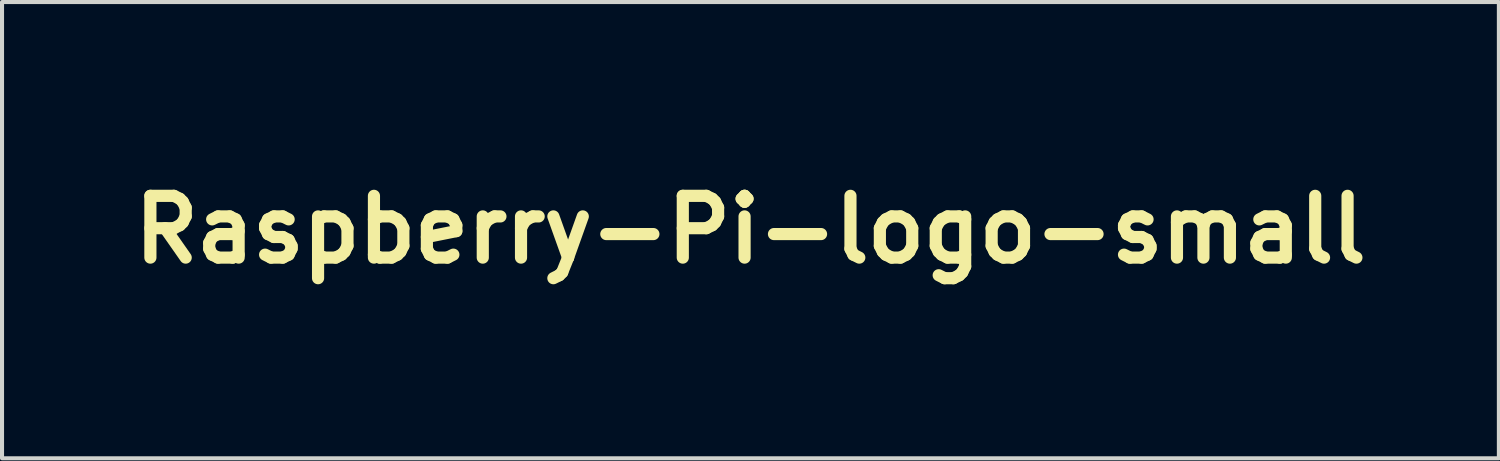
<source format=kicad_pcb>
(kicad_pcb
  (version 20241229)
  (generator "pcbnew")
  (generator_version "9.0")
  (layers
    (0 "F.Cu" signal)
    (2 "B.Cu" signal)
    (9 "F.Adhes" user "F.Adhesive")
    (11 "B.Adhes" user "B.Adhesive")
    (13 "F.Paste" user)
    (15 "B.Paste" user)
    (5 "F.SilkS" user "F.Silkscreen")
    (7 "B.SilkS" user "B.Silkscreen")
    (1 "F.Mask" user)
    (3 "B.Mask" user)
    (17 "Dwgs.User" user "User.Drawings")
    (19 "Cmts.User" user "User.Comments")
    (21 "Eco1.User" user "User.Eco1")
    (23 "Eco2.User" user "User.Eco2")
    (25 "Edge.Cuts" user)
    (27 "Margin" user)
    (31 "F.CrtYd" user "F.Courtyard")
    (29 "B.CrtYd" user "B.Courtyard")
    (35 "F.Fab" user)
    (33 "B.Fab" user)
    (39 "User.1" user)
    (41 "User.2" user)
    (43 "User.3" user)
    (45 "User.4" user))
  (footprint "Raspberry-Pi-logo-small"
    (layer "F.Cu")
    (at 15.465 2.616)
    (property "Reference" "Raspberry-Pi-logo-small" (at 0 0 0) (layer "F.SilkS") (effects (font (size 1.524 1.524) (thickness 0.3))))
    (attr board_only exclude_from_pos_files exclude_from_bom)
    (fp_poly (pts (xy 7.535 0.693) (xy 7.244 0.693) (xy 7.244 -0.335) (xy 7.535 -0.335)) (stroke (width 0) (type solid)) (fill yes) (layer "F.Mask"))
    (fp_poly (pts (xy 7.524 -0.794) (xy 7.524 -0.593) (xy 7.384 -0.586) (xy 7.244 -0.579) (xy 7.244 -0.807)) (stroke (width 0) (type solid)) (fill yes) (layer "F.Mask"))
    (fp_poly (pts (xy 0.783 -1.833) (xy 0.402 -1.833) (xy 0.402 -1.655) (xy 0.715 -1.655) (xy 0.715 -1.52) (xy 0.402 -1.52) (xy 0.402 -1.297) (xy 0.593 -1.297) (xy 0.685 -1.296) (xy 0.741 -1.293) (xy 0.77 -1.284) (xy 0.781 -1.268) (xy 0.783 -1.241) (xy 0.783 -1.185) (xy 0.223 -1.185) (xy 0.229 -1.571) (xy 0.235 -1.956) (xy 0.509 -1.963) (xy 0.783 -1.969)) (stroke (width 0) (type solid)) (fill yes) (layer "F.Mask"))
    (fp_poly (pts (xy -0.581 -1.835) (xy -0.766 -1.829) (xy -0.95 -1.822) (xy -0.957 -1.738) (xy -0.964 -1.655) (xy -0.626 -1.655) (xy -0.626 -1.522) (xy -0.788 -1.516) (xy -0.95 -1.509) (xy -0.95 -1.308) (xy -0.766 -1.302) (xy -0.675 -1.298) (xy -0.621 -1.292) (xy -0.593 -1.282) (xy -0.583 -1.263) (xy -0.581 -1.24) (xy -0.581 -1.185) (xy -1.118 -1.185) (xy -1.118 -1.968) (xy -0.581 -1.968)) (stroke (width 0) (type solid)) (fill yes) (layer "F.Mask"))
    (fp_poly (pts (xy 3.549 -0.354) (xy 3.632 -0.347) (xy 3.625 -0.235) (xy 3.619 -0.167) (xy 3.612 -0.119) (xy 3.608 -0.106) (xy 3.581 -0.095) (xy 3.527 -0.09) (xy 3.513 -0.089) (xy 3.458 -0.088) (xy 3.417 -0.079) (xy 3.388 -0.056) (xy 3.37 -0.014) (xy 3.359 0.054) (xy 3.353 0.153) (xy 3.349 0.289) (xy 3.349 0.324) (xy 3.343 0.682) (xy 3.192 0.689) (xy 3.041 0.695) (xy 3.041 -0.335) (xy 3.186 -0.335) (xy 3.264 -0.334) (xy 3.308 -0.329) (xy 3.327 -0.315) (xy 3.331 -0.289) (xy 3.332 -0.281) (xy 3.332 -0.227) (xy 3.398 -0.294) (xy 3.453 -0.339) (xy 3.506 -0.354)) (stroke (width 0) (type solid)) (fill yes) (layer "F.Mask"))
    (fp_poly (pts (xy 4.291 -0.354) (xy 4.312 -0.334) (xy 4.315 -0.293) (xy 4.311 -0.222) (xy 4.301 -0.159) (xy 4.287 -0.113) (xy 4.259 -0.093) (xy 4.206 -0.089) (xy 4.136 -0.08) (xy 4.077 -0.057) (xy 4.074 -0.055) (xy 4.056 -0.04) (xy 4.042 -0.02) (xy 4.034 0.011) (xy 4.028 0.061) (xy 4.026 0.138) (xy 4.025 0.247) (xy 4.025 0.337) (xy 4.025 0.693) (xy 3.734 0.693) (xy 3.734 -0.335) (xy 3.867 -0.335) (xy 3.943 -0.333) (xy 3.986 -0.324) (xy 4.007 -0.305) (xy 4.014 -0.29) (xy 4.025 -0.263) (xy 4.042 -0.261) (xy 4.077 -0.286) (xy 4.095 -0.301) (xy 4.18 -0.349) (xy 4.239 -0.358)) (stroke (width 0) (type solid)) (fill yes) (layer "F.Mask"))
    (fp_poly (pts (xy -3.275 -1.966) (xy -3.191 -1.961) (xy -3.134 -1.954) (xy -3.133 -1.954) (xy -3.048 -1.917) (xy -2.982 -1.851) (xy -2.943 -1.768) (xy -2.937 -1.679) (xy -2.955 -1.619) (xy -3.016 -1.537) (xy -3.105 -1.485) (xy -3.227 -1.459) (xy -3.242 -1.458) (xy -3.376 -1.448) (xy -3.376 -1.185) (xy -3.533 -1.185) (xy -3.533 -1.587) (xy -3.376 -1.587) (xy -3.285 -1.587) (xy -3.216 -1.593) (xy -3.159 -1.607) (xy -3.151 -1.611) (xy -3.117 -1.65) (xy -3.108 -1.71) (xy -3.12 -1.775) (xy -3.159 -1.814) (xy -3.232 -1.831) (xy -3.285 -1.833) (xy -3.376 -1.833) (xy -3.376 -1.587) (xy -3.533 -1.587) (xy -3.533 -1.968) (xy -3.368 -1.968)) (stroke (width 0) (type solid)) (fill yes) (layer "F.Mask"))
    (fp_poly (pts (xy 1.182 -1.956) (xy 1.299 -1.921) (xy 1.382 -1.859) (xy 1.435 -1.768) (xy 1.461 -1.645) (xy 1.464 -1.563) (xy 1.453 -1.426) (xy 1.418 -1.324) (xy 1.357 -1.252) (xy 1.264 -1.208) (xy 1.136 -1.188) (xy 1.056 -1.185) (xy 0.872 -1.185) (xy 0.872 -1.292) (xy 1.029 -1.292) (xy 1.112 -1.307) (xy 1.186 -1.333) (xy 1.246 -1.377) (xy 1.247 -1.377) (xy 1.276 -1.419) (xy 1.291 -1.469) (xy 1.297 -1.545) (xy 1.297 -1.579) (xy 1.294 -1.663) (xy 1.284 -1.717) (xy 1.262 -1.757) (xy 1.242 -1.779) (xy 1.168 -1.825) (xy 1.108 -1.833) (xy 1.029 -1.833) (xy 1.029 -1.292) (xy 0.872 -1.292) (xy 0.872 -1.968) (xy 1.028 -1.968)) (stroke (width 0) (type solid)) (fill yes) (layer "F.Mask"))
    (fp_poly (pts (xy 2.976 -1.712) (xy 2.919 -1.603) (xy 2.88 -1.523) (xy 2.857 -1.461) (xy 2.844 -1.408) (xy 2.84 -1.352) (xy 2.84 -1.321) (xy 2.84 -1.185) (xy 2.683 -1.185) (xy 2.683 -1.312) (xy 2.681 -1.37) (xy 2.671 -1.424) (xy 2.652 -1.483) (xy 2.618 -1.558) (xy 2.566 -1.66) (xy 2.549 -1.692) (xy 2.499 -1.788) (xy 2.457 -1.869) (xy 2.428 -1.927) (xy 2.415 -1.955) (xy 2.415 -1.956) (xy 2.435 -1.963) (xy 2.484 -1.967) (xy 2.502 -1.968) (xy 2.544 -1.966) (xy 2.575 -1.956) (xy 2.6 -1.931) (xy 2.629 -1.881) (xy 2.669 -1.799) (xy 2.671 -1.794) (xy 2.754 -1.621) (xy 2.842 -1.794) (xy 2.93 -1.968) (xy 3.112 -1.968)) (stroke (width 0) (type solid)) (fill yes) (layer "F.Mask"))
    (fp_poly (pts (xy 6.333 -0.693) (xy 6.476 -0.692) (xy 6.582 -0.689) (xy 6.659 -0.683) (xy 6.717 -0.674) (xy 6.761 -0.661) (xy 6.786 -0.651) (xy 6.889 -0.586) (xy 6.973 -0.5) (xy 7.019 -0.418) (xy 7.04 -0.319) (xy 7.04 -0.204) (xy 7.019 -0.096) (xy 7.001 -0.049) (xy 6.943 0.042) (xy 6.87 0.108) (xy 6.775 0.154) (xy 6.652 0.182) (xy 6.492 0.197) (xy 6.49 0.197) (xy 6.261 0.207) (xy 6.261 0.693) (xy 5.97 0.693) (xy 5.97 -0.022) (xy 6.261 -0.022) (xy 6.407 -0.022) (xy 6.497 -0.027) (xy 6.581 -0.04) (xy 6.628 -0.054) (xy 6.701 -0.099) (xy 6.74 -0.165) (xy 6.752 -0.26) (xy 6.752 -0.261) (xy 6.74 -0.347) (xy 6.703 -0.407) (xy 6.635 -0.446) (xy 6.534 -0.465) (xy 6.43 -0.47) (xy 6.261 -0.47) (xy 6.261 -0.022) (xy 5.97 -0.022) (xy 5.97 -0.693)) (stroke (width 0) (type solid)) (fill yes) (layer "F.Mask"))
    (fp_poly (pts (xy -0.199 -1.965) (xy -0.105 -1.954) (xy -0.037 -1.934) (xy 0.016 -1.902) (xy 0.033 -1.888) (xy 0.074 -1.825) (xy 0.092 -1.745) (xy 0.084 -1.666) (xy 0.051 -1.604) (xy 0.047 -1.6) (xy 0.017 -1.57) (xy 0.021 -1.546) (xy 0.045 -1.52) (xy 0.077 -1.47) (xy 0.099 -1.402) (xy 0.1 -1.393) (xy 0.112 -1.318) (xy 0.123 -1.251) (xy 0.123 -1.247) (xy 0.126 -1.207) (xy 0.11 -1.189) (xy 0.063 -1.185) (xy 0.047 -1.185) (xy -0.013 -1.191) (xy -0.048 -1.215) (xy -0.064 -1.266) (xy -0.067 -1.342) (xy -0.084 -1.423) (xy -0.135 -1.475) (xy -0.218 -1.497) (xy -0.24 -1.498) (xy -0.313 -1.498) (xy -0.313 -1.185) (xy -0.492 -1.185) (xy -0.492 -1.722) (xy -0.313 -1.722) (xy -0.312 -1.655) (xy -0.303 -1.623) (xy -0.279 -1.611) (xy -0.24 -1.61) (xy -0.172 -1.621) (xy -0.117 -1.645) (xy -0.074 -1.694) (xy -0.069 -1.745) (xy -0.098 -1.791) (xy -0.156 -1.823) (xy -0.225 -1.833) (xy -0.313 -1.833) (xy -0.313 -1.722) (xy -0.492 -1.722) (xy -0.492 -1.968) (xy -0.327 -1.968)) (stroke (width 0) (type solid)) (fill yes) (layer "F.Mask"))
    (fp_poly (pts (xy -2.443 -1.954) (xy -2.386 -1.945) (xy -2.344 -1.926) (xy -2.313 -1.901) (xy -2.245 -1.816) (xy -2.205 -1.711) (xy -2.191 -1.576) (xy -2.191 -1.56) (xy -2.207 -1.417) (xy -2.255 -1.304) (xy -2.332 -1.222) (xy -2.412 -1.185) (xy -2.513 -1.169) (xy -2.614 -1.177) (xy -2.68 -1.2) (xy -2.768 -1.268) (xy -2.826 -1.371) (xy -2.851 -1.476) (xy -2.852 -1.5) (xy -2.683 -1.5) (xy -2.68 -1.441) (xy -2.669 -1.403) (xy -2.648 -1.372) (xy -2.631 -1.354) (xy -2.561 -1.306) (xy -2.491 -1.303) (xy -2.422 -1.345) (xy -2.422 -1.345) (xy -2.395 -1.376) (xy -2.379 -1.414) (xy -2.372 -1.471) (xy -2.37 -1.56) (xy -2.37 -1.564) (xy -2.376 -1.683) (xy -2.395 -1.763) (xy -2.429 -1.811) (xy -2.483 -1.832) (xy -2.512 -1.833) (xy -2.583 -1.827) (xy -2.63 -1.801) (xy -2.659 -1.751) (xy -2.674 -1.668) (xy -2.68 -1.591) (xy -2.683 -1.5) (xy -2.852 -1.5) (xy -2.857 -1.634) (xy -2.828 -1.767) (xy -2.764 -1.872) (xy -2.76 -1.876) (xy -2.719 -1.918) (xy -2.683 -1.942) (xy -2.637 -1.953) (xy -2.566 -1.956) (xy -2.53 -1.956)) (stroke (width 0) (type solid)) (fill yes) (layer "F.Mask"))
    (fp_poly (pts (xy 2.029 -1.968) (xy 2.176 -1.957) (xy 2.286 -1.926) (xy 2.362 -1.871) (xy 2.39 -1.832) (xy 2.41 -1.754) (xy 2.393 -1.674) (xy 2.36 -1.625) (xy 2.342 -1.599) (xy 2.353 -1.572) (xy 2.382 -1.542) (xy 2.428 -1.471) (xy 2.438 -1.386) (xy 2.412 -1.301) (xy 2.383 -1.259) (xy 2.357 -1.231) (xy 2.329 -1.212) (xy 2.29 -1.201) (xy 2.229 -1.194) (xy 2.138 -1.19) (xy 2.093 -1.189) (xy 1.856 -1.181) (xy 1.856 -1.424) (xy 2.012 -1.424) (xy 2.016 -1.36) (xy 2.025 -1.317) (xy 2.029 -1.31) (xy 2.062 -1.302) (xy 2.119 -1.305) (xy 2.183 -1.318) (xy 2.236 -1.336) (xy 2.252 -1.345) (xy 2.277 -1.387) (xy 2.281 -1.41) (xy 2.261 -1.468) (xy 2.205 -1.506) (xy 2.116 -1.52) (xy 2.111 -1.52) (xy 2.012 -1.52) (xy 2.012 -1.424) (xy 1.856 -1.424) (xy 1.856 -1.733) (xy 2.012 -1.733) (xy 2.014 -1.671) (xy 2.025 -1.642) (xy 2.054 -1.633) (xy 2.081 -1.632) (xy 2.146 -1.64) (xy 2.193 -1.655) (xy 2.227 -1.696) (xy 2.234 -1.752) (xy 2.212 -1.804) (xy 2.209 -1.807) (xy 2.17 -1.824) (xy 2.109 -1.833) (xy 2.097 -1.833) (xy 2.012 -1.833) (xy 2.012 -1.733) (xy 1.856 -1.733) (xy 1.856 -1.968)) (stroke (width 0) (type solid)) (fill yes) (layer "F.Mask"))
    (fp_poly (pts (xy 0.359 -0.353) (xy 0.487 -0.326) (xy 0.588 -0.264) (xy 0.662 -0.168) (xy 0.711 -0.035) (xy 0.734 0.134) (xy 0.734 0.146) (xy 0.73 0.324) (xy 0.698 0.467) (xy 0.638 0.579) (xy 0.55 0.661) (xy 0.513 0.683) (xy 0.422 0.71) (xy 0.315 0.713) (xy 0.213 0.694) (xy 0.162 0.671) (xy 0.089 0.627) (xy 0.089 1.096) (xy -0.201 1.096) (xy -0.201 0.178) (xy 0.089 0.178) (xy 0.09 0.286) (xy 0.093 0.359) (xy 0.1 0.405) (xy 0.113 0.433) (xy 0.132 0.452) (xy 0.139 0.457) (xy 0.214 0.487) (xy 0.301 0.489) (xy 0.346 0.478) (xy 0.394 0.436) (xy 0.428 0.356) (xy 0.445 0.243) (xy 0.447 0.183) (xy 0.444 0.088) (xy 0.431 0.022) (xy 0.405 -0.034) (xy 0.396 -0.047) (xy 0.331 -0.109) (xy 0.252 -0.133) (xy 0.169 -0.116) (xy 0.144 -0.102) (xy 0.12 -0.084) (xy 0.104 -0.061) (xy 0.095 -0.025) (xy 0.091 0.034) (xy 0.09 0.124) (xy 0.089 0.178) (xy -0.201 0.178) (xy -0.201 -0.335) (xy -0.067 -0.335) (xy 0.008 -0.334) (xy 0.048 -0.326) (xy 0.065 -0.31) (xy 0.067 -0.291) (xy 0.07 -0.266) (xy 0.085 -0.264) (xy 0.122 -0.285) (xy 0.151 -0.305) (xy 0.21 -0.339) (xy 0.267 -0.354) (xy 0.343 -0.354)) (stroke (width 0) (type solid)) (fill yes) (layer "F.Mask"))
    (fp_poly (pts (xy -3.181 -0.693) (xy -3.017 -0.69) (xy -2.891 -0.683) (xy -2.795 -0.669) (xy -2.721 -0.645) (xy -2.662 -0.611) (xy -2.61 -0.564) (xy -2.587 -0.538) (xy -2.536 -0.465) (xy -2.51 -0.389) (xy -2.506 -0.295) (xy -2.51 -0.241) (xy -2.523 -0.163) (xy -2.55 -0.107) (xy -2.603 -0.051) (xy -2.606 -0.048) (xy -2.656 0.004) (xy -2.669 0.033) (xy -2.661 0.041) (xy -2.59 0.087) (xy -2.535 0.17) (xy -2.498 0.283) (xy -2.482 0.419) (xy -2.482 0.443) (xy -2.475 0.525) (xy -2.459 0.6) (xy -2.448 0.627) (xy -2.414 0.693) (xy -2.57 0.693) (xy -2.66 0.69) (xy -2.719 0.675) (xy -2.753 0.641) (xy -2.768 0.58) (xy -2.772 0.483) (xy -2.773 0.459) (xy -2.782 0.336) (xy -2.809 0.243) (xy -2.851 0.184) (xy -2.874 0.17) (xy -2.913 0.164) (xy -2.983 0.159) (xy -3.068 0.157) (xy -3.076 0.157) (xy -3.242 0.157) (xy -3.242 0.693) (xy -3.533 0.693) (xy -3.533 -0.089) (xy -3.242 -0.089) (xy -3.067 -0.089) (xy -2.973 -0.091) (xy -2.911 -0.099) (xy -2.87 -0.115) (xy -2.844 -0.135) (xy -2.803 -0.201) (xy -2.793 -0.282) (xy -2.814 -0.363) (xy -2.85 -0.415) (xy -2.884 -0.443) (xy -2.922 -0.46) (xy -2.978 -0.468) (xy -3.065 -0.47) (xy -3.073 -0.47) (xy -3.242 -0.47) (xy -3.242 -0.089) (xy -3.533 -0.089) (xy -3.533 -0.693)) (stroke (width 0) (type solid)) (fill yes) (layer "F.Mask"))
    (fp_poly (pts (xy -1.228 -1.961) (xy -1.208 -1.938) (xy -1.207 -1.928) (xy -1.212 -1.894) (xy -1.226 -1.825) (xy -1.246 -1.728) (xy -1.272 -1.614) (xy -1.29 -1.537) (xy -1.373 -1.185) (xy -1.452 -1.185) (xy -1.532 -1.185) (xy -1.596 -1.421) (xy -1.622 -1.515) (xy -1.645 -1.589) (xy -1.662 -1.636) (xy -1.67 -1.647) (xy -1.68 -1.622) (xy -1.698 -1.564) (xy -1.722 -1.482) (xy -1.74 -1.417) (xy -1.801 -1.196) (xy -1.884 -1.189) (xy -1.938 -1.188) (xy -1.966 -1.192) (xy -1.968 -1.194) (xy -1.972 -1.22) (xy -1.986 -1.279) (xy -2.005 -1.365) (xy -2.028 -1.467) (xy -2.054 -1.577) (xy -2.079 -1.686) (xy -2.103 -1.785) (xy -2.122 -1.865) (xy -2.135 -1.917) (xy -2.138 -1.93) (xy -2.14 -1.956) (xy -2.118 -1.965) (xy -2.065 -1.963) (xy -1.979 -1.956) (xy -1.931 -1.726) (xy -1.91 -1.63) (xy -1.892 -1.552) (xy -1.879 -1.5) (xy -1.873 -1.485) (xy -1.863 -1.501) (xy -1.845 -1.552) (xy -1.822 -1.63) (xy -1.797 -1.716) (xy -1.769 -1.82) (xy -1.747 -1.889) (xy -1.729 -1.93) (xy -1.71 -1.949) (xy -1.687 -1.956) (xy -1.668 -1.956) (xy -1.64 -1.955) (xy -1.619 -1.944) (xy -1.601 -1.918) (xy -1.581 -1.869) (xy -1.557 -1.788) (xy -1.536 -1.712) (xy -1.507 -1.608) (xy -1.484 -1.541) (xy -1.467 -1.514) (xy -1.451 -1.527) (xy -1.434 -1.582) (xy -1.412 -1.678) (xy -1.396 -1.761) (xy -1.354 -1.968) (xy -1.281 -1.968)) (stroke (width 0) (type solid)) (fill yes) (layer "F.Mask"))
    (fp_poly (pts (xy 4.751 -0.034) (xy 4.783 0.073) (xy 4.811 0.162) (xy 4.834 0.226) (xy 4.849 0.256) (xy 4.852 0.257) (xy 4.863 0.234) (xy 4.884 0.175) (xy 4.912 0.09) (xy 4.943 -0.014) (xy 4.952 -0.044) (xy 5.038 -0.335) (xy 5.193 -0.335) (xy 5.279 -0.333) (xy 5.326 -0.325) (xy 5.34 -0.311) (xy 5.339 -0.307) (xy 5.329 -0.28) (xy 5.307 -0.216) (xy 5.274 -0.12) (xy 5.231 0.000189) (xy 5.183 0.14) (xy 5.129 0.295) (xy 5.12 0.32) (xy 5.056 0.503) (xy 5.003 0.648) (xy 4.961 0.761) (xy 4.925 0.848) (xy 4.895 0.912) (xy 4.868 0.961) (xy 4.841 0.998) (xy 4.83 1.012) (xy 4.78 1.064) (xy 4.737 1.092) (xy 4.682 1.105) (xy 4.616 1.11) (xy 4.54 1.112) (xy 4.481 1.109) (xy 4.457 1.105) (xy 4.439 1.076) (xy 4.439 1.055) (xy 4.457 0.972) (xy 4.471 0.924) (xy 4.487 0.901) (xy 4.509 0.895) (xy 4.518 0.894) (xy 4.6 0.874) (xy 4.663 0.814) (xy 4.686 0.771) (xy 4.695 0.745) (xy 4.7 0.719) (xy 4.698 0.686) (xy 4.689 0.64) (xy 4.671 0.576) (xy 4.642 0.488) (xy 4.6 0.37) (xy 4.546 0.216) (xy 4.539 0.197) (xy 4.488 0.056) (xy 4.444 -0.071) (xy 4.406 -0.178) (xy 4.379 -0.259) (xy 4.363 -0.307) (xy 4.36 -0.319) (xy 4.38 -0.327) (xy 4.434 -0.333) (xy 4.51 -0.335) (xy 4.512 -0.335) (xy 4.664 -0.335)) (stroke (width 0) (type solid)) (fill yes) (layer "F.Mask"))
    (fp_poly (pts (xy -0.657 -0.342) (xy -0.538 -0.297) (xy -0.45 -0.224) (xy -0.397 -0.125) (xy -0.388 -0.089) (xy -0.375 -0.022) (xy -0.523 -0.022) (xy -0.606 -0.025) (xy -0.653 -0.033) (xy -0.67 -0.049) (xy -0.671 -0.054) (xy -0.69 -0.106) (xy -0.737 -0.141) (xy -0.8 -0.156) (xy -0.865 -0.149) (xy -0.917 -0.117) (xy -0.928 -0.104) (xy -0.951 -0.046) (xy -0.936 0.000325) (xy -0.882 0.038) (xy -0.785 0.07) (xy -0.739 0.08) (xy -0.59 0.123) (xy -0.481 0.186) (xy -0.411 0.269) (xy -0.381 0.373) (xy -0.38 0.402) (xy -0.397 0.51) (xy -0.45 0.594) (xy -0.543 0.661) (xy -0.568 0.673) (xy -0.668 0.703) (xy -0.786 0.715) (xy -0.907 0.71) (xy -1.013 0.688) (xy -1.054 0.671) (xy -1.141 0.61) (xy -1.208 0.536) (xy -1.247 0.46) (xy -1.252 0.423) (xy -1.25 0.386) (xy -1.236 0.366) (xy -1.2 0.359) (xy -1.129 0.358) (xy -1.129 0.358) (xy -1.056 0.36) (xy -1.015 0.37) (xy -0.993 0.392) (xy -0.984 0.412) (xy -0.938 0.476) (xy -0.86 0.509) (xy -0.799 0.514) (xy -0.732 0.5) (xy -0.677 0.466) (xy -0.649 0.42) (xy -0.648 0.41) (xy -0.67 0.367) (xy -0.734 0.325) (xy -0.838 0.284) (xy -0.904 0.264) (xy -1.045 0.216) (xy -1.143 0.157) (xy -1.204 0.086) (xy -1.229 -0.001) (xy -1.23 -0.025) (xy -1.21 -0.14) (xy -1.153 -0.234) (xy -1.062 -0.303) (xy -0.941 -0.345) (xy -0.805 -0.358)) (stroke (width 0) (type solid)) (fill yes) (layer "F.Mask"))
    (fp_poly (pts (xy 2.582 -0.346) (xy 2.645 -0.328) (xy 2.746 -0.262) (xy 2.825 -0.162) (xy 2.879 -0.032) (xy 2.905 0.121) (xy 2.907 0.18) (xy 2.907 0.268) (xy 2.594 0.268) (xy 2.454 0.27) (xy 2.354 0.275) (xy 2.296 0.283) (xy 2.281 0.292) (xy 2.295 0.342) (xy 2.329 0.403) (xy 2.37 0.453) (xy 2.391 0.469) (xy 2.453 0.486) (xy 2.538 0.49) (xy 2.626 0.483) (xy 2.696 0.463) (xy 2.705 0.458) (xy 2.764 0.431) (xy 2.8 0.436) (xy 2.826 0.476) (xy 2.835 0.499) (xy 2.856 0.564) (xy 2.854 0.604) (xy 2.824 0.634) (xy 2.759 0.665) (xy 2.752 0.668) (xy 2.622 0.706) (xy 2.481 0.717) (xy 2.345 0.702) (xy 2.234 0.663) (xy 2.16 0.612) (xy 2.089 0.543) (xy 2.068 0.516) (xy 2.034 0.463) (xy 2.013 0.412) (xy 2.001 0.35) (xy 1.995 0.261) (xy 1.993 0.231) (xy 1.999 0.055) (xy 2.281 0.055) (xy 2.301 0.061) (xy 2.355 0.065) (xy 2.433 0.067) (xy 2.448 0.067) (xy 2.537 0.065) (xy 2.59 0.059) (xy 2.613 0.046) (xy 2.616 0.035) (xy 2.599 -0.044) (xy 2.554 -0.099) (xy 2.492 -0.129) (xy 2.425 -0.13) (xy 2.362 -0.101) (xy 2.315 -0.038) (xy 2.313 -0.033) (xy 2.292 0.02) (xy 2.281 0.052) (xy 2.281 0.055) (xy 1.999 0.055) (xy 2 0.053) (xy 2.035 -0.093) (xy 2.101 -0.207) (xy 2.197 -0.29) (xy 2.245 -0.315) (xy 2.348 -0.346) (xy 2.467 -0.356)) (stroke (width 0) (type solid)) (fill yes) (layer "F.Mask"))
    (fp_poly (pts (xy 1.185 -0.537) (xy 1.186 -0.433) (xy 1.188 -0.348) (xy 1.191 -0.29) (xy 1.196 -0.268) (xy 1.196 -0.268) (xy 1.22 -0.279) (xy 1.266 -0.305) (xy 1.28 -0.313) (xy 1.38 -0.35) (xy 1.495 -0.354) (xy 1.608 -0.324) (xy 1.631 -0.314) (xy 1.693 -0.272) (xy 1.743 -0.21) (xy 1.781 -0.14) (xy 1.813 -0.07) (xy 1.832 -0.007) (xy 1.842 0.065) (xy 1.845 0.161) (xy 1.845 0.19) (xy 1.843 0.297) (xy 1.835 0.374) (xy 1.818 0.436) (xy 1.79 0.5) (xy 1.789 0.503) (xy 1.719 0.61) (xy 1.633 0.678) (xy 1.525 0.711) (xy 1.452 0.715) (xy 1.368 0.711) (xy 1.309 0.695) (xy 1.259 0.662) (xy 1.256 0.66) (xy 1.203 0.618) (xy 1.175 0.607) (xy 1.164 0.626) (xy 1.163 0.648) (xy 1.157 0.674) (xy 1.134 0.688) (xy 1.083 0.693) (xy 1.04 0.693) (xy 0.917 0.693) (xy 0.917 0.182) (xy 1.185 0.182) (xy 1.186 0.283) (xy 1.191 0.35) (xy 1.202 0.394) (xy 1.221 0.426) (xy 1.234 0.44) (xy 1.299 0.48) (xy 1.382 0.493) (xy 1.464 0.475) (xy 1.476 0.469) (xy 1.516 0.425) (xy 1.545 0.348) (xy 1.561 0.251) (xy 1.562 0.143) (xy 1.547 0.037) (xy 1.542 0.017) (xy 1.501 -0.065) (xy 1.438 -0.117) (xy 1.364 -0.134) (xy 1.287 -0.115) (xy 1.24 -0.079) (xy 1.214 -0.049) (xy 1.198 -0.016) (xy 1.189 0.031) (xy 1.186 0.105) (xy 1.185 0.182) (xy 0.917 0.182) (xy 0.917 -0.805) (xy 1.185 -0.805)) (stroke (width 0) (type solid)) (fill yes) (layer "F.Mask"))
    (fp_poly (pts (xy -1.694 -0.341) (xy -1.584 -0.297) (xy -1.492 -0.226) (xy -1.466 -0.194) (xy -1.449 -0.166) (xy -1.436 -0.133) (xy -1.427 -0.085) (xy -1.42 -0.017) (xy -1.415 0.079) (xy -1.41 0.211) (xy -1.409 0.253) (xy -1.404 0.381) (xy -1.398 0.494) (xy -1.391 0.585) (xy -1.384 0.645) (xy -1.379 0.665) (xy -1.38 0.681) (xy -1.411 0.689) (xy -1.478 0.693) (xy -1.508 0.693) (xy -1.588 0.692) (xy -1.635 0.685) (xy -1.66 0.669) (xy -1.676 0.64) (xy -1.678 0.635) (xy -1.7 0.577) (xy -1.779 0.646) (xy -1.832 0.687) (xy -1.883 0.708) (xy -1.952 0.715) (xy -1.985 0.715) (xy -2.099 0.705) (xy -2.186 0.671) (xy -2.187 0.67) (xy -2.261 0.601) (xy -2.306 0.508) (xy -2.317 0.426) (xy -2.028 0.426) (xy -1.988 0.478) (xy -1.984 0.48) (xy -1.914 0.504) (xy -1.831 0.487) (xy -1.766 0.45) (xy -1.719 0.392) (xy -1.704 0.328) (xy -1.697 0.246) (xy -1.811 0.246) (xy -1.89 0.251) (xy -1.943 0.271) (xy -1.98 0.301) (xy -2.025 0.366) (xy -2.028 0.426) (xy -2.317 0.426) (xy -2.32 0.402) (xy -2.301 0.296) (xy -2.27 0.232) (xy -2.2 0.164) (xy -2.094 0.117) (xy -1.958 0.093) (xy -1.883 0.09) (xy -1.792 0.087) (xy -1.737 0.079) (xy -1.711 0.063) (xy -1.707 0.056) (xy -1.703 -0.01) (xy -1.732 -0.078) (xy -1.78 -0.126) (xy -1.849 -0.149) (xy -1.918 -0.136) (xy -1.97 -0.089) (xy -1.978 -0.072) (xy -1.996 -0.045) (xy -2.025 -0.03) (xy -2.077 -0.023) (xy -2.143 -0.022) (xy -2.285 -0.022) (xy -2.271 -0.084) (xy -2.226 -0.183) (xy -2.15 -0.261) (xy -2.05 -0.317) (xy -1.935 -0.35) (xy -1.814 -0.359)) (stroke (width 0) (type solid)) (fill yes) (layer "F.Mask"))
    (fp_poly (pts (xy 0.744 -2.616) (xy 1.465 -2.616) (xy 2.143 -2.616) (xy 2.779 -2.615) (xy 3.374 -2.615) (xy 3.929 -2.615) (xy 4.446 -2.614) (xy 4.924 -2.613) (xy 5.366 -2.613) (xy 5.772 -2.612) (xy 6.143 -2.611) (xy 6.48 -2.61) (xy 6.784 -2.609) (xy 7.056 -2.608) (xy 7.297 -2.606) (xy 7.508 -2.605) (xy 7.69 -2.603) (xy 7.844 -2.602) (xy 7.971 -2.6) (xy 8.071 -2.598) (xy 8.147 -2.596) (xy 8.198 -2.593) (xy 8.226 -2.591) (xy 8.231 -2.59) (xy 8.331 -2.542) (xy 8.429 -2.466) (xy 8.509 -2.375) (xy 8.544 -2.315) (xy 8.551 -2.299) (xy 8.556 -2.279) (xy 8.562 -2.253) (xy 8.566 -2.218) (xy 8.57 -2.172) (xy 8.574 -2.112) (xy 8.576 -2.035) (xy 8.579 -1.938) (xy 8.581 -1.819) (xy 8.582 -1.676) (xy 8.583 -1.504) (xy 8.584 -1.303) (xy 8.585 -1.068) (xy 8.585 -0.798) (xy 8.585 -0.489) (xy 8.585 -0.14) (xy 8.585 0) (xy 8.585 2.225) (xy 8.532 2.339) (xy 8.452 2.462) (xy 8.34 2.553) (xy 8.214 2.607) (xy 8.183 2.61) (xy 8.108 2.612) (xy 7.992 2.615) (xy 7.838 2.618) (xy 7.646 2.62) (xy 7.42 2.622) (xy 7.16 2.624) (xy 6.869 2.626) (xy 6.549 2.628) (xy 6.202 2.63) (xy 5.829 2.632) (xy 5.433 2.633) (xy 5.015 2.634) (xy 4.578 2.636) (xy 4.123 2.637) (xy 3.652 2.638) (xy 3.167 2.638) (xy 2.671 2.639) (xy 2.164 2.64) (xy 1.65 2.64) (xy 1.129 2.64) (xy 0.605 2.641) (xy 0.078 2.641) (xy -0.45 2.641) (xy -0.975 2.64) (xy -1.497 2.64) (xy -2.014 2.64) (xy -2.523 2.639) (xy -3.023 2.638) (xy -3.511 2.637) (xy -3.987 2.636) (xy -4.447 2.635) (xy -4.89 2.634) (xy -5.314 2.633) (xy -5.717 2.631) (xy -6.097 2.63) (xy -6.453 2.628) (xy -6.782 2.626) (xy -7.082 2.624) (xy -7.351 2.622) (xy -7.588 2.62) (xy -7.791 2.617) (xy -7.957 2.615) (xy -8.085 2.612) (xy -8.172 2.609) (xy -8.218 2.606) (xy -8.223 2.606) (xy -8.359 2.541) (xy -8.467 2.444) (xy -8.532 2.339) (xy -8.584 2.228) (xy -8.43 2.228) (xy -8.379 2.305) (xy -8.327 2.362) (xy -8.256 2.416) (xy -8.229 2.432) (xy -8.129 2.482) (xy -4.405 2.482) (xy -4.248 2.482) (xy 8.129 2.482) (xy 8.229 2.432) (xy 8.3 2.385) (xy 8.362 2.327) (xy 8.379 2.305) (xy 8.429 2.229) (xy 8.429 0.017) (xy 8.429 -0.347) (xy 8.429 -0.668) (xy 8.429 -0.95) (xy 8.429 -1.196) (xy 8.428 -1.407) (xy 8.427 -1.587) (xy 8.426 -1.739) (xy 8.425 -1.865) (xy 8.423 -1.967) (xy 8.42 -2.049) (xy 8.417 -2.114) (xy 8.413 -2.163) (xy 8.409 -2.2) (xy 8.404 -2.227) (xy 8.398 -2.247) (xy 8.391 -2.263) (xy 8.384 -2.277) (xy 8.382 -2.281) (xy 8.33 -2.348) (xy 8.262 -2.405) (xy 8.25 -2.412) (xy 8.166 -2.46) (xy -4.248 -2.46) (xy -4.248 2.482) (xy -4.405 2.482) (xy -4.405 -2.46) (xy -6.311 -2.454) (xy -6.647 -2.453) (xy -6.941 -2.452) (xy -7.196 -2.451) (xy -7.416 -2.45) (xy -7.601 -2.449) (xy -7.757 -2.447) (xy -7.885 -2.445) (xy -7.989 -2.443) (xy -8.071 -2.44) (xy -8.134 -2.436) (xy -8.181 -2.432) (xy -8.216 -2.428) (xy -8.24 -2.422) (xy -8.256 -2.416) (xy -8.269 -2.409) (xy -8.274 -2.405) (xy -8.332 -2.353) (xy -8.375 -2.304) (xy -8.382 -2.294) (xy -8.388 -2.281) (xy -8.394 -2.262) (xy -8.399 -2.235) (xy -8.403 -2.198) (xy -8.406 -2.147) (xy -8.41 -2.08) (xy -8.412 -1.994) (xy -8.414 -1.888) (xy -8.416 -1.757) (xy -8.418 -1.599) (xy -8.419 -1.412) (xy -8.42 -1.194) (xy -8.421 -0.941) (xy -8.422 -0.65) (xy -8.423 -0.32) (xy -8.424 -0.009) (xy -8.43 2.228) (xy -8.584 2.228) (xy -8.585 2.225) (xy -8.585 0) (xy -8.585 -0.365) (xy -8.585 -0.689) (xy -8.585 -0.972) (xy -8.584 -1.22) (xy -8.583 -1.433) (xy -8.582 -1.615) (xy -8.581 -1.768) (xy -8.579 -1.896) (xy -8.577 -2) (xy -8.575 -2.084) (xy -8.572 -2.15) (xy -8.568 -2.201) (xy -8.564 -2.24) (xy -8.559 -2.268) (xy -8.553 -2.29) (xy -8.546 -2.307) (xy -8.543 -2.314) (xy -8.472 -2.424) (xy -8.374 -2.519) (xy -8.268 -2.581) (xy -8.258 -2.584) (xy -8.24 -2.587) (xy -8.215 -2.59) (xy -8.181 -2.593) (xy -8.136 -2.595) (xy -8.078 -2.597) (xy -8.008 -2.599) (xy -7.923 -2.601) (xy -7.821 -2.603) (xy -7.703 -2.604) (xy -7.565 -2.606) (xy -7.408 -2.607) (xy -7.229 -2.608) (xy -7.028 -2.61) (xy -6.802 -2.611) (xy -6.551 -2.611) (xy -6.274 -2.612) (xy -5.968 -2.613) (xy -5.633 -2.614) (xy -5.268 -2.614) (xy -4.87 -2.615) (xy -4.439 -2.615) (xy -3.973 -2.615) (xy -3.471 -2.615) (xy -2.932 -2.616) (xy -2.354 -2.616) (xy -1.735 -2.616) (xy -1.076 -2.616) (xy -0.374 -2.616) (xy -0.02 -2.616)) (stroke (width 0) (type solid)) (fill yes) (layer "F.Mask"))
    (fp_poly (pts (xy 7.058 1.187) (xy 7.138 1.195) (xy 7.188 1.211) (xy 7.213 1.238) (xy 7.222 1.278) (xy 7.222 1.29) (xy 7.225 1.318) (xy 7.242 1.333) (xy 7.281 1.34) (xy 7.354 1.342) (xy 7.367 1.342) (xy 7.448 1.344) (xy 7.496 1.352) (xy 7.524 1.37) (xy 7.536 1.388) (xy 7.549 1.437) (xy 7.524 1.472) (xy 7.461 1.493) (xy 7.371 1.503) (xy 7.233 1.509) (xy 7.233 1.8) (xy 7.376 1.811) (xy 7.47 1.823) (xy 7.525 1.843) (xy 7.543 1.86) (xy 7.554 1.906) (xy 7.523 1.941) (xy 7.451 1.964) (xy 7.371 1.972) (xy 7.294 1.978) (xy 7.25 1.988) (xy 7.23 2.007) (xy 7.225 2.024) (xy 7.213 2.067) (xy 7.191 2.095) (xy 7.15 2.113) (xy 7.083 2.121) (xy 6.982 2.124) (xy 6.941 2.124) (xy 6.829 2.123) (xy 6.753 2.117) (xy 6.705 2.106) (xy 6.677 2.09) (xy 6.676 2.089) (xy 6.653 2.046) (xy 6.642 1.969) (xy 6.641 1.91) (xy 6.641 1.766) (xy 6.568 1.767) (xy 6.471 1.786) (xy 6.352 1.841) (xy 6.213 1.93) (xy 6.208 1.934) (xy 6.049 2.022) (xy 5.879 2.068) (xy 5.709 2.072) (xy 5.626 2.061) (xy 5.553 2.042) (xy 5.479 2.011) (xy 5.394 1.963) (xy 5.285 1.892) (xy 5.272 1.884) (xy 5.175 1.824) (xy 5.096 1.789) (xy 5.018 1.772) (xy 5.011 1.772) (xy 4.912 1.767) (xy 4.826 1.778) (xy 4.741 1.808) (xy 4.644 1.86) (xy 4.567 1.909) (xy 4.399 2.006) (xy 4.241 2.062) (xy 4.089 2.08) (xy 3.935 2.057) (xy 3.775 1.995) (xy 3.602 1.892) (xy 3.574 1.872) (xy 3.48 1.814) (xy 3.397 1.782) (xy 3.335 1.772) (xy 3.233 1.767) (xy 3.145 1.779) (xy 3.057 1.81) (xy 2.957 1.865) (xy 2.887 1.91) (xy 2.739 1.998) (xy 2.605 2.051) (xy 2.475 2.075) (xy 2.347 2.072) (xy 2.262 2.06) (xy 2.189 2.041) (xy 2.118 2.011) (xy 2.035 1.963) (xy 1.93 1.893) (xy 1.835 1.832) (xy 1.76 1.795) (xy 1.69 1.776) (xy 1.657 1.772) (xy 1.556 1.767) (xy 1.468 1.779) (xy 1.38 1.81) (xy 1.279 1.865) (xy 1.21 1.91) (xy 1.062 1.998) (xy 0.928 2.051) (xy 0.798 2.075) (xy 0.67 2.072) (xy 0.585 2.06) (xy 0.513 2.042) (xy 0.442 2.012) (xy 0.361 1.964) (xy 0.256 1.895) (xy 0.25 1.891) (xy 0.168 1.836) (xy 0.107 1.802) (xy 0.051 1.783) (xy -0.013 1.774) (xy -0.074 1.771) (xy -0.162 1.768) (xy -0.222 1.774) (xy -0.275 1.793) (xy -0.338 1.829) (xy -0.358 1.842) (xy -0.441 1.894) (xy -0.525 1.948) (xy -0.573 1.978) (xy -0.722 2.046) (xy -0.889 2.074) (xy -1.066 2.063) (xy -1.147 2.045) (xy -1.219 2.019) (xy -1.297 1.978) (xy -1.394 1.916) (xy -1.407 1.907) (xy -1.598 1.778) (xy -1.956 1.778) (xy -2.149 1.908) (xy -2.25 1.973) (xy -2.331 2.016) (xy -2.404 2.044) (xy -2.483 2.062) (xy -2.491 2.063) (xy -2.669 2.074) (xy -2.835 2.045) (xy -2.982 1.978) (xy -3.054 1.933) (xy -3.14 1.878) (xy -3.196 1.843) (xy -3.293 1.792) (xy -3.374 1.768) (xy -3.393 1.766) (xy -3.484 1.754) (xy -3.538 1.718) (xy -3.555 1.658) (xy -3.542 1.592) (xy -3.499 1.554) (xy -3.422 1.543) (xy -3.42 1.543) (xy -3.289 1.56) (xy -3.15 1.612) (xy -2.997 1.701) (xy -2.969 1.72) (xy -2.828 1.804) (xy -2.698 1.849) (xy -2.572 1.854) (xy -2.442 1.82) (xy -2.302 1.746) (xy -2.241 1.705) (xy -2.09 1.614) (xy -1.943 1.561) (xy -1.79 1.543) (xy -1.778 1.543) (xy -1.623 1.559) (xy -1.476 1.609) (xy -1.326 1.697) (xy -1.314 1.705) (xy -1.192 1.783) (xy -1.084 1.831) (xy -0.98 1.852) (xy -0.88 1.851) (xy -0.815 1.842) (xy -0.755 1.823) (xy -0.688 1.788) (xy -0.601 1.733) (xy -0.575 1.716) (xy -0.485 1.659) (xy -0.398 1.609) (xy -0.327 1.576) (xy -0.302 1.567) (xy -0.139 1.543) (xy 0.029 1.556) (xy 0.187 1.601) (xy 0.324 1.677) (xy 0.324 1.677) (xy 0.468 1.772) (xy 0.599 1.829) (xy 0.723 1.852) (xy 0.785 1.851) (xy 0.857 1.843) (xy 0.916 1.826) (xy 0.979 1.795) (xy 1.059 1.744) (xy 1.082 1.728) (xy 1.225 1.638) (xy 1.354 1.58) (xy 1.478 1.55) (xy 1.583 1.544) (xy 1.731 1.56) (xy 1.878 1.608) (xy 2.034 1.693) (xy 2.085 1.727) (xy 2.226 1.81) (xy 2.356 1.852) (xy 2.482 1.854) (xy 2.611 1.815) (xy 2.747 1.738) (xy 2.861 1.663) (xy 2.951 1.612) (xy 3.028 1.578) (xy 3.102 1.559) (xy 3.185 1.548) (xy 3.188 1.548) (xy 3.358 1.551) (xy 3.516 1.591) (xy 3.672 1.67) (xy 3.708 1.694) (xy 3.821 1.768) (xy 3.912 1.816) (xy 3.991 1.844) (xy 4.069 1.855) (xy 4.103 1.856) (xy 4.18 1.851) (xy 4.253 1.832) (xy 4.334 1.795) (xy 4.432 1.737) (xy 4.5 1.692) (xy 4.621 1.618) (xy 4.726 1.571) (xy 4.832 1.548) (xy 4.932 1.543) (xy 5.111 1.565) (xy 5.283 1.631) (xy 5.395 1.7) (xy 5.513 1.778) (xy 5.613 1.826) (xy 5.707 1.851) (xy 5.78 1.856) (xy 5.86 1.85) (xy 5.937 1.83) (xy 6.02 1.791) (xy 6.122 1.729) (xy 6.177 1.692) (xy 6.31 1.611) (xy 6.428 1.563) (xy 6.54 1.544) (xy 6.568 1.543) (xy 6.641 1.543) (xy 6.641 1.414) (xy 6.644 1.321) (xy 6.658 1.258) (xy 6.691 1.217) (xy 6.749 1.196) (xy 6.839 1.187) (xy 6.939 1.185)) (stroke (width 0) (type solid)) (fill yes) (layer "F.Mask"))
    (fp_poly (pts (xy -7.014 -1.92) (xy -7.009 -1.919) (xy -6.927 -1.904) (xy -6.85 -1.89) (xy -6.826 -1.886) (xy -6.768 -1.868) (xy -6.728 -1.842) (xy -6.728 -1.842) (xy -6.685 -1.815) (xy -6.663 -1.811) (xy -6.622 -1.793) (xy -6.569 -1.747) (xy -6.512 -1.682) (xy -6.462 -1.608) (xy -6.448 -1.583) (xy -6.412 -1.513) (xy -6.384 -1.58) (xy -6.347 -1.646) (xy -6.297 -1.713) (xy -6.242 -1.769) (xy -6.193 -1.805) (xy -6.172 -1.811) (xy -6.123 -1.827) (xy -6.106 -1.842) (xy -6.067 -1.868) (xy -6.008 -1.886) (xy -6.008 -1.886) (xy -5.942 -1.897) (xy -5.859 -1.913) (xy -5.825 -1.919) (xy -5.752 -1.926) (xy -5.661 -1.926) (xy -5.563 -1.92) (xy -5.472 -1.91) (xy -5.399 -1.895) (xy -5.358 -1.878) (xy -5.356 -1.877) (xy -5.317 -1.859) (xy -5.293 -1.856) (xy -5.232 -1.847) (xy -5.16 -1.826) (xy -5.091 -1.798) (xy -5.039 -1.768) (xy -5.021 -1.747) (xy -5.013 -1.688) (xy -5.015 -1.602) (xy -5.025 -1.504) (xy -5.041 -1.41) (xy -5.06 -1.342) (xy -5.112 -1.213) (xy -5.178 -1.102) (xy -5.266 -0.998) (xy -5.385 -0.887) (xy -5.403 -0.872) (xy -5.469 -0.816) (xy -5.37 -0.728) (xy -5.278 -0.625) (xy -5.21 -0.504) (xy -5.171 -0.381) (xy -5.165 -0.318) (xy -5.159 -0.251) (xy -5.135 -0.198) (xy -5.084 -0.139) (xy -5.084 -0.139) (xy -4.978 -0.015) (xy -4.909 0.104) (xy -4.875 0.21) (xy -4.861 0.36) (xy -4.89 0.505) (xy -4.95 0.632) (xy -4.989 0.707) (xy -5.031 0.809) (xy -5.071 0.918) (xy -5.084 0.961) (xy -5.115 1.059) (xy -5.144 1.146) (xy -5.168 1.21) (xy -5.177 1.23) (xy -5.224 1.302) (xy -5.292 1.374) (xy -5.385 1.451) (xy -5.509 1.534) (xy -5.667 1.628) (xy -5.792 1.698) (xy -5.884 1.75) (xy -5.98 1.807) (xy -6.048 1.85) (xy -6.124 1.895) (xy -6.2 1.932) (xy -6.237 1.945) (xy -6.351 1.964) (xy -6.478 1.963) (xy -6.594 1.945) (xy -6.625 1.935) (xy -6.697 1.903) (xy -6.776 1.858) (xy -6.801 1.841) (xy -6.868 1.796) (xy -6.931 1.756) (xy -6.951 1.745) (xy -7.135 1.641) (xy -7.2 1.602) (xy -6.837 1.602) (xy -6.819 1.64) (xy -6.785 1.679) (xy -6.673 1.768) (xy -6.542 1.82) (xy -6.4 1.834) (xy -6.257 1.808) (xy -6.17 1.772) (xy -6.076 1.713) (xy -6.01 1.652) (xy -5.978 1.595) (xy -5.984 1.548) (xy -6.037 1.5) (xy -6.123 1.466) (xy -6.233 1.445) (xy -6.356 1.437) (xy -6.482 1.441) (xy -6.603 1.459) (xy -6.709 1.488) (xy -6.789 1.53) (xy -6.828 1.57) (xy -6.837 1.602) (xy -7.2 1.602) (xy -7.283 1.553) (xy -7.402 1.476) (xy -7.494 1.406) (xy -7.565 1.34) (xy -7.62 1.271) (xy -7.663 1.196) (xy -7.699 1.111) (xy -7.732 1.011) (xy -7.735 1) (xy -7.767 0.899) (xy -7.786 0.846) (xy -7.582 0.846) (xy -7.581 0.951) (xy -7.558 1.064) (xy -7.52 1.16) (xy -7.436 1.282) (xy -7.331 1.371) (xy -7.211 1.421) (xy -7.121 1.431) (xy -7.025 1.423) (xy -6.968 1.398) (xy -6.966 1.396) (xy -6.939 1.34) (xy -6.937 1.311) (xy -5.923 1.311) (xy -5.917 1.349) (xy -5.881 1.41) (xy -5.813 1.444) (xy -5.719 1.449) (xy -5.609 1.427) (xy -5.485 1.368) (xy -5.38 1.275) (xy -5.301 1.157) (xy -5.255 1.024) (xy -5.246 0.939) (xy -5.256 0.807) (xy -5.288 0.713) (xy -5.342 0.658) (xy -5.416 0.643) (xy -5.509 0.667) (xy -5.62 0.732) (xy -5.657 0.76) (xy -5.746 0.849) (xy -5.822 0.96) (xy -5.881 1.082) (xy -5.916 1.202) (xy -5.923 1.311) (xy -6.937 1.311) (xy -6.933 1.254) (xy -6.949 1.149) (xy -6.969 1.084) (xy -7.016 0.986) (xy -7.084 0.897) (xy -7.124 0.859) (xy -6.856 0.859) (xy -6.855 0.92) (xy -6.843 0.964) (xy -6.833 1.01) (xy -6.79 1.107) (xy -6.714 1.188) (xy -6.612 1.248) (xy -6.495 1.285) (xy -6.372 1.295) (xy -6.251 1.273) (xy -6.221 1.262) (xy -6.102 1.192) (xy -6.019 1.1) (xy -5.971 0.992) (xy -5.961 0.876) (xy -5.99 0.758) (xy -6.059 0.646) (xy -6.09 0.613) (xy -6.199 0.532) (xy -6.324 0.489) (xy -6.453 0.484) (xy -6.58 0.515) (xy -6.694 0.584) (xy -6.734 0.622) (xy -6.789 0.696) (xy -6.832 0.78) (xy -6.856 0.859) (xy -7.124 0.859) (xy -7.166 0.82) (xy -7.255 0.76) (xy -7.345 0.719) (xy -7.429 0.701) (xy -7.5 0.711) (xy -7.552 0.751) (xy -7.559 0.763) (xy -7.582 0.846) (xy -7.786 0.846) (xy -7.799 0.809) (xy -7.826 0.742) (xy -7.839 0.715) (xy -7.903 0.601) (xy -7.94 0.503) (xy -7.956 0.404) (xy -7.956 0.357) (xy -7.815 0.357) (xy -7.787 0.493) (xy -7.764 0.548) (xy -7.717 0.629) (xy -7.674 0.667) (xy -7.634 0.664) (xy -7.593 0.621) (xy -7.59 0.616) (xy -7.554 0.541) (xy -7.525 0.442) (xy -7.504 0.33) (xy -7.491 0.214) (xy -7.491 0.211) (xy -7.344 0.211) (xy -7.321 0.324) (xy -7.268 0.42) (xy -7.192 0.495) (xy -7.095 0.543) (xy -6.984 0.559) (xy -6.861 0.538) (xy -6.808 0.517) (xy -6.693 0.445) (xy -6.603 0.35) (xy -6.54 0.241) (xy -6.505 0.125) (xy -6.501 0.034) (xy -6.313 0.034) (xy -6.292 0.166) (xy -6.239 0.285) (xy -6.159 0.386) (xy -6.059 0.464) (xy -5.945 0.516) (xy -5.826 0.535) (xy -5.706 0.517) (xy -5.664 0.5) (xy -5.57 0.431) (xy -5.505 0.333) (xy -5.473 0.212) (xy -5.471 0.161) (xy -5.473 0.144) (xy -5.344 0.144) (xy -5.337 0.271) (xy -5.317 0.39) (xy -5.289 0.495) (xy -5.254 0.577) (xy -5.214 0.629) (xy -5.172 0.644) (xy -5.17 0.644) (xy -5.134 0.622) (xy -5.093 0.576) (xy -5.084 0.564) (xy -5.029 0.445) (xy -5.012 0.314) (xy -5.033 0.181) (xy -5.091 0.059) (xy -5.1 0.045) (xy -5.172 -0.04) (xy -5.234 -0.082) (xy -5.282 -0.08) (xy -5.318 -0.037) (xy -5.339 0.048) (xy -5.344 0.144) (xy -5.473 0.144) (xy -5.49 0.019) (xy -5.547 -0.108) (xy -5.647 -0.223) (xy -5.654 -0.23) (xy -5.767 -0.308) (xy -5.884 -0.347) (xy -5.999 -0.351) (xy -6.105 -0.321) (xy -6.196 -0.26) (xy -6.265 -0.172) (xy -6.305 -0.057) (xy -6.313 0.034) (xy -6.501 0.034) (xy -6.5 0.008) (xy -6.524 -0.103) (xy -6.58 -0.2) (xy -6.669 -0.275) (xy -6.685 -0.284) (xy -6.76 -0.315) (xy -6.834 -0.334) (xy -6.857 -0.335) (xy -6.975 -0.315) (xy -7.091 -0.258) (xy -7.195 -0.173) (xy -7.277 -0.066) (xy -7.288 -0.045) (xy -7.335 0.086) (xy -7.344 0.211) (xy -7.491 0.211) (xy -7.489 0.107) (xy -7.497 0.017) (xy -7.517 -0.043) (xy -7.525 -0.054) (xy -7.551 -0.078) (xy -7.571 -0.085) (xy -7.598 -0.071) (xy -7.643 -0.032) (xy -7.669 -0.008) (xy -7.754 0.097) (xy -7.804 0.222) (xy -7.815 0.357) (xy -7.956 0.357) (xy -7.956 0.305) (xy -7.938 0.163) (xy -7.897 0.049) (xy -7.827 -0.054) (xy -7.768 -0.116) (xy -7.709 -0.179) (xy -7.679 -0.229) (xy -7.671 -0.274) (xy -7.513 -0.274) (xy -7.504 -0.237) (xy -7.476 -0.227) (xy -7.424 -0.245) (xy -7.344 -0.291) (xy -7.305 -0.318) (xy -7.219 -0.38) (xy -7.131 -0.453) (xy -7.046 -0.53) (xy -6.994 -0.582) (xy -6.815 -0.582) (xy -6.797 -0.541) (xy -6.756 -0.495) (xy -6.694 -0.448) (xy -6.664 -0.43) (xy -6.556 -0.395) (xy -6.426 -0.379) (xy -6.292 -0.384) (xy -6.171 -0.409) (xy -6.132 -0.424) (xy -6.047 -0.476) (xy -6.006 -0.536) (xy -6.008 -0.606) (xy -6.029 -0.652) (xy -6.084 -0.714) (xy -5.934 -0.714) (xy -5.922 -0.688) (xy -5.882 -0.632) (xy -5.816 -0.562) (xy -5.732 -0.484) (xy -5.638 -0.405) (xy -5.542 -0.331) (xy -5.453 -0.268) (xy -5.377 -0.223) (xy -5.323 -0.202) (xy -5.316 -0.201) (xy -5.304 -0.221) (xy -5.299 -0.263) (xy -5.318 -0.396) (xy -5.377 -0.516) (xy -5.456 -0.607) (xy -5.53 -0.672) (xy -5.597 -0.711) (xy -5.678 -0.735) (xy -5.689 -0.737) (xy -5.771 -0.75) (xy -5.847 -0.753) (xy -5.881 -0.749) (xy -5.925 -0.735) (xy -5.934 -0.714) (xy -6.084 -0.714) (xy -6.101 -0.734) (xy -6.201 -0.791) (xy -6.318 -0.822) (xy -6.442 -0.827) (xy -6.565 -0.807) (xy -6.676 -0.76) (xy -6.766 -0.687) (xy -6.784 -0.664) (xy -6.813 -0.618) (xy -6.815 -0.582) (xy -6.994 -0.582) (xy -6.973 -0.603) (xy -6.919 -0.665) (xy -6.89 -0.71) (xy -6.887 -0.722) (xy -6.895 -0.745) (xy -6.926 -0.756) (xy -6.99 -0.76) (xy -7.004 -0.76) (xy -7.149 -0.74) (xy -7.278 -0.684) (xy -7.384 -0.597) (xy -7.462 -0.486) (xy -7.505 -0.356) (xy -7.513 -0.274) (xy -7.671 -0.274) (xy -7.669 -0.281) (xy -7.669 -0.29) (xy -7.648 -0.446) (xy -7.584 -0.586) (xy -7.48 -0.709) (xy -7.427 -0.754) (xy -7.378 -0.794) (xy -7.353 -0.82) (xy -7.354 -0.827) (xy -7.388 -0.842) (xy -7.418 -0.866) (xy -7.466 -0.908) (xy -7.519 -0.945) (xy -7.561 -0.979) (xy -7.58 -1.008) (xy -7.58 -1.009) (xy -7.596 -1.039) (xy -7.635 -1.076) (xy -7.636 -1.077) (xy -7.675 -1.12) (xy -7.692 -1.16) (xy -7.706 -1.209) (xy -7.718 -1.225) (xy -7.749 -1.277) (xy -7.778 -1.36) (xy -7.801 -1.461) (xy -7.815 -1.554) (xy -7.711 -1.554) (xy -7.705 -1.526) (xy -7.665 -1.488) (xy -7.664 -1.488) (xy -7.631 -1.459) (xy -7.634 -1.44) (xy -7.646 -1.432) (xy -7.664 -1.412) (xy -7.653 -1.385) (xy -7.626 -1.354) (xy -7.595 -1.314) (xy -7.599 -1.297) (xy -7.602 -1.297) (xy -7.609 -1.284) (xy -7.585 -1.247) (xy -7.571 -1.232) (xy -7.534 -1.186) (xy -7.531 -1.162) (xy -7.539 -1.158) (xy -7.543 -1.143) (xy -7.509 -1.117) (xy -7.495 -1.109) (xy -7.451 -1.08) (xy -7.434 -1.053) (xy -7.436 -1.049) (xy -7.427 -1.027) (xy -7.387 -1.003) (xy -7.381 -1) (xy -7.333 -0.974) (xy -7.312 -0.947) (xy -7.311 -0.945) (xy -7.292 -0.924) (xy -7.244 -0.917) (xy -7.186 -0.905) (xy -7.162 -0.881) (xy -7.145 -0.86) (xy -7.109 -0.853) (xy -7.042 -0.859) (xy -7.036 -0.86) (xy -6.956 -0.875) (xy -6.884 -0.897) (xy -6.861 -0.907) (xy -6.789 -0.955) (xy -6.735 -1.012) (xy -6.709 -1.066) (xy -6.708 -1.076) (xy -6.727 -1.117) (xy -6.78 -1.174) (xy -6.863 -1.243) (xy -6.97 -1.32) (xy -7.095 -1.4) (xy -7.116 -1.412) (xy -7.197 -1.461) (xy -7.262 -1.501) (xy -7.302 -1.527) (xy -7.311 -1.535) (xy -7.293 -1.536) (xy -7.244 -1.519) (xy -7.172 -1.487) (xy -7.086 -1.446) (xy -6.992 -1.398) (xy -6.899 -1.347) (xy -6.816 -1.298) (xy -6.767 -1.267) (xy -6.615 -1.164) (xy -6.561 -1.218) (xy -6.517 -1.292) (xy -6.509 -1.376) (xy -6.321 -1.376) (xy -6.308 -1.289) (xy -6.289 -1.255) (xy -6.248 -1.211) (xy -6.208 -1.194) (xy -6.157 -1.206) (xy -6.085 -1.247) (xy -6.057 -1.266) (xy -5.996 -1.304) (xy -5.914 -1.35) (xy -5.82 -1.4) (xy -5.724 -1.449) (xy -5.635 -1.492) (xy -5.563 -1.525) (xy -5.517 -1.541) (xy -5.509 -1.543) (xy -5.519 -1.532) (xy -5.56 -1.504) (xy -5.625 -1.462) (xy -5.685 -1.425) (xy -5.81 -1.347) (xy -5.922 -1.271) (xy -6.015 -1.202) (xy -6.083 -1.143) (xy -6.121 -1.1) (xy -6.126 -1.084) (xy -6.108 -1.041) (xy -6.062 -0.989) (xy -6 -0.936) (xy -5.933 -0.895) (xy -5.888 -0.877) (xy -5.799 -0.858) (xy -5.725 -0.852) (xy -5.677 -0.859) (xy -5.662 -0.878) (xy -5.646 -0.899) (xy -5.592 -0.912) (xy -5.585 -0.912) (xy -5.529 -0.923) (xy -5.513 -0.943) (xy -5.514 -0.949) (xy -5.504 -0.977) (xy -5.456 -0.995) (xy -5.406 -1.014) (xy -5.396 -1.039) (xy -5.386 -1.068) (xy -5.344 -1.102) (xy -5.332 -1.109) (xy -5.284 -1.141) (xy -5.279 -1.163) (xy -5.283 -1.167) (xy -5.292 -1.188) (xy -5.262 -1.218) (xy -5.258 -1.22) (xy -5.224 -1.256) (xy -5.218 -1.286) (xy -5.211 -1.321) (xy -5.186 -1.354) (xy -5.149 -1.398) (xy -5.15 -1.424) (xy -5.18 -1.431) (xy -5.2 -1.436) (xy -5.19 -1.458) (xy -5.164 -1.488) (xy -5.131 -1.529) (xy -5.129 -1.553) (xy -5.142 -1.565) (xy -5.162 -1.588) (xy -5.154 -1.626) (xy -5.147 -1.642) (xy -5.133 -1.68) (xy -5.144 -1.696) (xy -5.189 -1.699) (xy -5.199 -1.699) (xy -5.255 -1.706) (xy -5.271 -1.727) (xy -5.271 -1.727) (xy -5.283 -1.745) (xy -5.331 -1.75) (xy -5.363 -1.748) (xy -5.424 -1.746) (xy -5.447 -1.755) (xy -5.444 -1.768) (xy -5.443 -1.784) (xy -5.476 -1.785) (xy -5.511 -1.779) (xy -5.566 -1.773) (xy -5.582 -1.783) (xy -5.579 -1.787) (xy -5.583 -1.805) (xy -5.614 -1.81) (xy -5.656 -1.801) (xy -5.679 -1.79) (xy -5.715 -1.783) (xy -5.727 -1.794) (xy -5.753 -1.804) (xy -5.797 -1.783) (xy -5.845 -1.761) (xy -5.877 -1.772) (xy -5.877 -1.772) (xy -5.907 -1.782) (xy -5.945 -1.758) (xy -5.979 -1.734) (xy -5.997 -1.743) (xy -6 -1.748) (xy -6.018 -1.757) (xy -6.053 -1.729) (xy -6.065 -1.716) (xy -6.105 -1.677) (xy -6.133 -1.673) (xy -6.143 -1.68) (xy -6.164 -1.685) (xy -6.194 -1.659) (xy -6.235 -1.6) (xy -6.296 -1.481) (xy -6.321 -1.376) (xy -6.509 -1.376) (xy -6.508 -1.386) (xy -6.532 -1.493) (xy -6.588 -1.606) (xy -6.63 -1.666) (xy -6.66 -1.694) (xy -6.681 -1.684) (xy -6.682 -1.682) (xy -6.703 -1.672) (xy -6.738 -1.696) (xy -6.752 -1.71) (xy -6.793 -1.746) (xy -6.818 -1.745) (xy -6.822 -1.74) (xy -6.844 -1.727) (xy -6.881 -1.75) (xy -6.887 -1.755) (xy -6.923 -1.783) (xy -6.945 -1.778) (xy -6.954 -1.766) (xy -6.973 -1.748) (xy -7.002 -1.761) (xy -7.021 -1.778) (xy -7.058 -1.805) (xy -7.081 -1.799) (xy -7.086 -1.791) (xy -7.111 -1.773) (xy -7.151 -1.786) (xy -7.201 -1.807) (xy -7.232 -1.808) (xy -7.233 -1.789) (xy -7.232 -1.787) (xy -7.238 -1.774) (xy -7.285 -1.776) (xy -7.298 -1.779) (xy -7.356 -1.784) (xy -7.378 -1.771) (xy -7.379 -1.767) (xy -7.394 -1.751) (xy -7.444 -1.752) (xy -7.471 -1.756) (xy -7.529 -1.763) (xy -7.552 -1.758) (xy -7.551 -1.738) (xy -7.55 -1.735) (xy -7.549 -1.712) (xy -7.576 -1.701) (xy -7.626 -1.699) (xy -7.683 -1.698) (xy -7.702 -1.689) (xy -7.693 -1.666) (xy -7.682 -1.65) (xy -7.652 -1.598) (xy -7.654 -1.571) (xy -7.68 -1.565) (xy -7.711 -1.554) (xy -7.815 -1.554) (xy -7.817 -1.567) (xy -7.823 -1.663) (xy -7.816 -1.737) (xy -7.814 -1.746) (xy -7.787 -1.773) (xy -7.731 -1.803) (xy -7.66 -1.831) (xy -7.588 -1.85) (xy -7.541 -1.856) (xy -7.494 -1.866) (xy -7.478 -1.877) (xy -7.44 -1.894) (xy -7.369 -1.909) (xy -7.279 -1.92) (xy -7.181 -1.926) (xy -7.089 -1.926)) (stroke (width 0) (type solid)) (fill yes) (layer "F.Mask")))
  (gr_rect
    (start -3 -3)
    (end 33.93 8.257)
    (stroke (width 0.1) (type default))
    (fill no)
    (layer "Edge.Cuts")))
</source>
